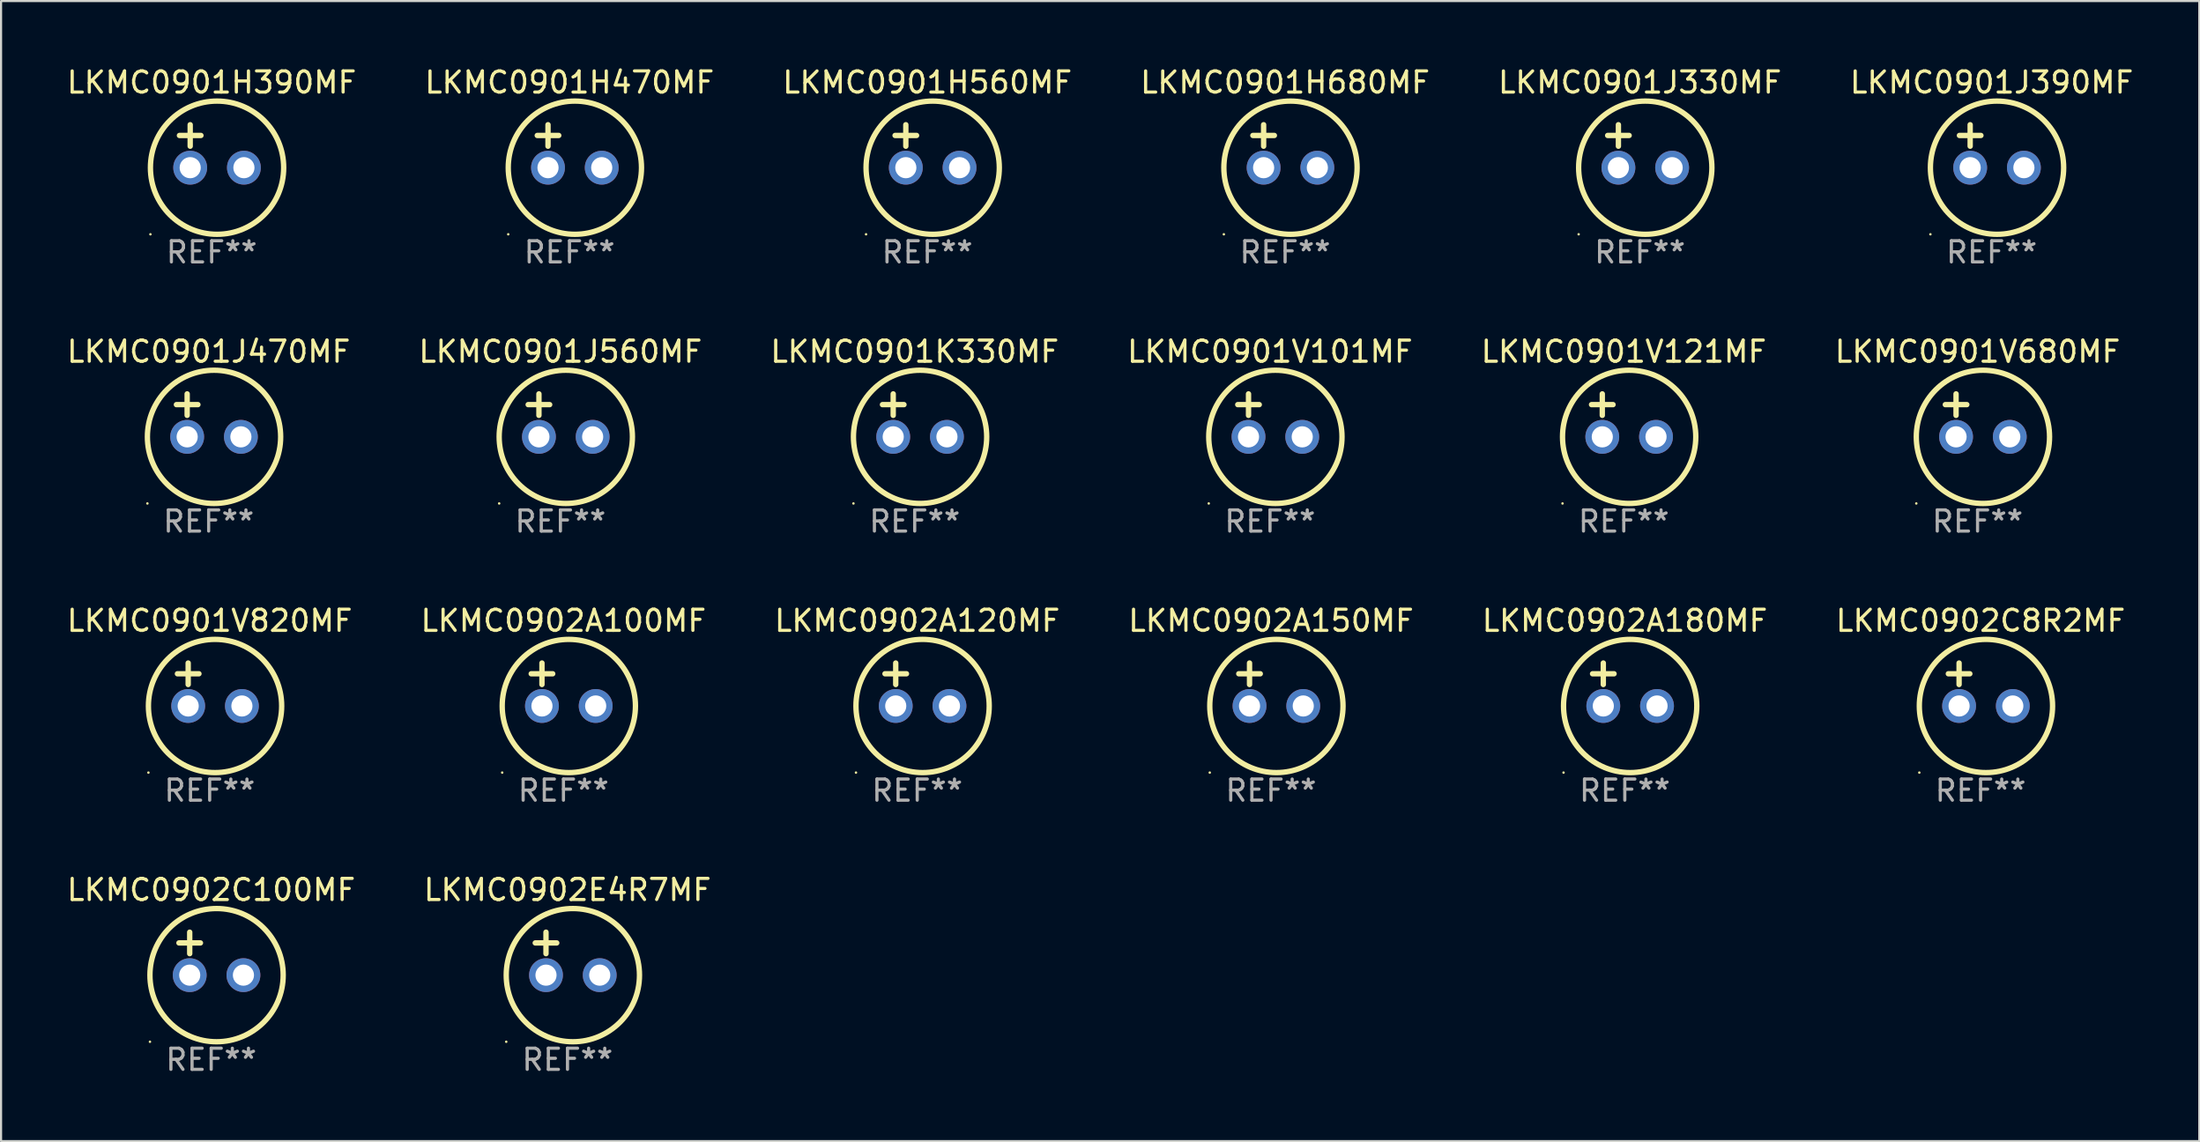
<source format=kicad_pcb>
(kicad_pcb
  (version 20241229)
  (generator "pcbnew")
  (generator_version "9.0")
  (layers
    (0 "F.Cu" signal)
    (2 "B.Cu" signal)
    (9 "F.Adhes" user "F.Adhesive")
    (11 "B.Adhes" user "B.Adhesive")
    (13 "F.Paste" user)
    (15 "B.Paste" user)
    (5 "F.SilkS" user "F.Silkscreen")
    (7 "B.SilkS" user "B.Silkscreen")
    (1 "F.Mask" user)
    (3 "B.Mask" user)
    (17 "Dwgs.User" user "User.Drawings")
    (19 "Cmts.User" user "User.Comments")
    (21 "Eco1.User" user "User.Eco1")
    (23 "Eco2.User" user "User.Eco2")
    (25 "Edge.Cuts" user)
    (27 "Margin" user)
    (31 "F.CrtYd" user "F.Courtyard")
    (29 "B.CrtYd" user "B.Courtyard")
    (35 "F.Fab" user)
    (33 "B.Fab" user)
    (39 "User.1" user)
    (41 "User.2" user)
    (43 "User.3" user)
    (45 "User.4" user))
  (footprint "LKMC0901K330MF"
    (layer "F.Cu")
    (at 40.196 16.593)
    (property "Reference" "LKMC0901K330MF" (at 0 -3.016 0) (layer "F.SilkS") (effects (font (size 1 1) (thickness 0.15))))
    (attr through_hole)
    (fp_line (start -1.524 -0.508) (end -0.508 -0.508) (stroke (width 0.254) (type solid)) (layer "F.SilkS"))
    (fp_line (start -1.016 -1.016) (end -1.016 0) (stroke (width 0.254) (type solid)) (layer "F.SilkS"))
    (fp_circle (center -2.896 4.166) (end -2.866 4.166) (stroke (width 0.06) (type solid)) (fill no) (layer "F.SilkS"))
    (fp_circle (center 0.254 1.016) (end 3.404 1.016) (stroke (width 0.254) (type solid)) (fill no) (layer "F.SilkS"))
    (fp_text user "REF**" (at 0 5.016 0) (layer "F.Fab") (effects (font (size 1 1) (thickness 0.15))))
    (pad "1" thru_hole circle (at -1.016 1.016) (size 1.6 1.6) (drill 1) (layers "*.Cu" "*.Mask"))
    (pad "2" thru_hole circle (at 1.524 1.016) (size 1.6 1.6) (drill 1) (layers "*.Cu" "*.Mask")))
  (footprint "LKMC0901V121MF"
    (layer "F.Cu")
    (at 73.72 16.593)
    (property "Reference" "LKMC0901V121MF" (at 0 -3.016 0) (layer "F.SilkS") (effects (font (size 1 1) (thickness 0.15))))
    (attr through_hole)
    (fp_line (start -1.524 -0.508) (end -0.508 -0.508) (stroke (width 0.254) (type solid)) (layer "F.SilkS"))
    (fp_line (start -1.016 -1.016) (end -1.016 0) (stroke (width 0.254) (type solid)) (layer "F.SilkS"))
    (fp_circle (center -2.896 4.166) (end -2.866 4.166) (stroke (width 0.06) (type solid)) (fill no) (layer "F.SilkS"))
    (fp_circle (center 0.254 1.016) (end 3.404 1.016) (stroke (width 0.254) (type solid)) (fill no) (layer "F.SilkS"))
    (fp_text user "REF**" (at 0 5.016 0) (layer "F.Fab") (effects (font (size 1 1) (thickness 0.15))))
    (pad "1" thru_hole circle (at -1.016 1.016) (size 1.6 1.6) (drill 1) (layers "*.Cu" "*.Mask"))
    (pad "2" thru_hole circle (at 1.524 1.016) (size 1.6 1.6) (drill 1) (layers "*.Cu" "*.Mask")))
  (footprint "LKMC0902A180MF"
    (layer "F.Cu")
    (at 73.768 29.321)
    (property "Reference" "LKMC0902A180MF" (at 0 -3.016 0) (layer "F.SilkS") (effects (font (size 1 1) (thickness 0.15))))
    (attr through_hole)
    (fp_line (start -1.524 -0.508) (end -0.508 -0.508) (stroke (width 0.254) (type solid)) (layer "F.SilkS"))
    (fp_line (start -1.016 -1.016) (end -1.016 0) (stroke (width 0.254) (type solid)) (layer "F.SilkS"))
    (fp_circle (center -2.896 4.166) (end -2.866 4.166) (stroke (width 0.06) (type solid)) (fill no) (layer "F.SilkS"))
    (fp_circle (center 0.254 1.016) (end 3.404 1.016) (stroke (width 0.254) (type solid)) (fill no) (layer "F.SilkS"))
    (fp_text user "REF**" (at 0 5.016 0) (layer "F.Fab") (effects (font (size 1 1) (thickness 0.15))))
    (pad "1" thru_hole circle (at -1.016 1.016) (size 1.6 1.6) (drill 1) (layers "*.Cu" "*.Mask"))
    (pad "2" thru_hole circle (at 1.524 1.016) (size 1.6 1.6) (drill 1) (layers "*.Cu" "*.Mask")))
  (footprint "LKMC0901H470MF"
    (layer "F.Cu")
    (at 23.875 3.864)
    (property "Reference" "LKMC0901H470MF" (at 0 -3.016 0) (layer "F.SilkS") (effects (font (size 1 1) (thickness 0.15))))
    (attr through_hole)
    (fp_line (start -1.524 -0.508) (end -0.508 -0.508) (stroke (width 0.254) (type solid)) (layer "F.SilkS"))
    (fp_line (start -1.016 -1.016) (end -1.016 0) (stroke (width 0.254) (type solid)) (layer "F.SilkS"))
    (fp_circle (center -2.896 4.166) (end -2.866 4.166) (stroke (width 0.06) (type solid)) (fill no) (layer "F.SilkS"))
    (fp_circle (center 0.254 1.016) (end 3.404 1.016) (stroke (width 0.254) (type solid)) (fill no) (layer "F.SilkS"))
    (fp_text user "REF**" (at 0 5.016 0) (layer "F.Fab") (effects (font (size 1 1) (thickness 0.15))))
    (pad "1" thru_hole circle (at -1.016 1.016) (size 1.6 1.6) (drill 1) (layers "*.Cu" "*.Mask"))
    (pad "2" thru_hole circle (at 1.524 1.016) (size 1.6 1.6) (drill 1) (layers "*.Cu" "*.Mask")))
  (footprint "LKMC0901H680MF"
    (layer "F.Cu")
    (at 57.708 3.864)
    (property "Reference" "LKMC0901H680MF" (at 0 -3.016 0) (layer "F.SilkS") (effects (font (size 1 1) (thickness 0.15))))
    (attr through_hole)
    (fp_line (start -1.524 -0.508) (end -0.508 -0.508) (stroke (width 0.254) (type solid)) (layer "F.SilkS"))
    (fp_line (start -1.016 -1.016) (end -1.016 0) (stroke (width 0.254) (type solid)) (layer "F.SilkS"))
    (fp_circle (center -2.896 4.166) (end -2.866 4.166) (stroke (width 0.06) (type solid)) (fill no) (layer "F.SilkS"))
    (fp_circle (center 0.254 1.016) (end 3.404 1.016) (stroke (width 0.254) (type solid)) (fill no) (layer "F.SilkS"))
    (fp_text user "REF**" (at 0 5.016 0) (layer "F.Fab") (effects (font (size 1 1) (thickness 0.15))))
    (pad "1" thru_hole circle (at -1.016 1.016) (size 1.6 1.6) (drill 1) (layers "*.Cu" "*.Mask"))
    (pad "2" thru_hole circle (at 1.524 1.016) (size 1.6 1.6) (drill 1) (layers "*.Cu" "*.Mask")))
  (footprint "LKMC0901V820MF"
    (layer "F.Cu")
    (at 6.863 29.321)
    (property "Reference" "LKMC0901V820MF" (at 0 -3.016 0) (layer "F.SilkS") (effects (font (size 1 1) (thickness 0.15))))
    (attr through_hole)
    (fp_line (start -1.524 -0.508) (end -0.508 -0.508) (stroke (width 0.254) (type solid)) (layer "F.SilkS"))
    (fp_line (start -1.016 -1.016) (end -1.016 0) (stroke (width 0.254) (type solid)) (layer "F.SilkS"))
    (fp_circle (center -2.896 4.166) (end -2.866 4.166) (stroke (width 0.06) (type solid)) (fill no) (layer "F.SilkS"))
    (fp_circle (center 0.254 1.016) (end 3.404 1.016) (stroke (width 0.254) (type solid)) (fill no) (layer "F.SilkS"))
    (fp_text user "REF**" (at 0 5.016 0) (layer "F.Fab") (effects (font (size 1 1) (thickness 0.15))))
    (pad "1" thru_hole circle (at -1.016 1.016) (size 1.6 1.6) (drill 1) (layers "*.Cu" "*.Mask"))
    (pad "2" thru_hole circle (at 1.524 1.016) (size 1.6 1.6) (drill 1) (layers "*.Cu" "*.Mask")))
  (footprint "LKMC0901J390MF"
    (layer "F.Cu")
    (at 91.113 3.864)
    (property "Reference" "LKMC0901J390MF" (at 0 -3.016 0) (layer "F.SilkS") (effects (font (size 1 1) (thickness 0.15))))
    (attr through_hole)
    (fp_line (start -1.524 -0.508) (end -0.508 -0.508) (stroke (width 0.254) (type solid)) (layer "F.SilkS"))
    (fp_line (start -1.016 -1.016) (end -1.016 0) (stroke (width 0.254) (type solid)) (layer "F.SilkS"))
    (fp_circle (center -2.896 4.166) (end -2.866 4.166) (stroke (width 0.06) (type solid)) (fill no) (layer "F.SilkS"))
    (fp_circle (center 0.254 1.016) (end 3.404 1.016) (stroke (width 0.254) (type solid)) (fill no) (layer "F.SilkS"))
    (fp_text user "REF**" (at 0 5.016 0) (layer "F.Fab") (effects (font (size 1 1) (thickness 0.15))))
    (pad "1" thru_hole circle (at -1.016 1.016) (size 1.6 1.6) (drill 1) (layers "*.Cu" "*.Mask"))
    (pad "2" thru_hole circle (at 1.524 1.016) (size 1.6 1.6) (drill 1) (layers "*.Cu" "*.Mask")))
  (footprint "LKMC0901V101MF"
    (layer "F.Cu")
    (at 56.994 16.593)
    (property "Reference" "LKMC0901V101MF" (at 0 -3.016 0) (layer "F.SilkS") (effects (font (size 1 1) (thickness 0.15))))
    (attr through_hole)
    (fp_line (start -1.524 -0.508) (end -0.508 -0.508) (stroke (width 0.254) (type solid)) (layer "F.SilkS"))
    (fp_line (start -1.016 -1.016) (end -1.016 0) (stroke (width 0.254) (type solid)) (layer "F.SilkS"))
    (fp_circle (center -2.896 4.166) (end -2.866 4.166) (stroke (width 0.06) (type solid)) (fill no) (layer "F.SilkS"))
    (fp_circle (center 0.254 1.016) (end 3.404 1.016) (stroke (width 0.254) (type solid)) (fill no) (layer "F.SilkS"))
    (fp_text user "REF**" (at 0 5.016 0) (layer "F.Fab") (effects (font (size 1 1) (thickness 0.15))))
    (pad "1" thru_hole circle (at -1.016 1.016) (size 1.6 1.6) (drill 1) (layers "*.Cu" "*.Mask"))
    (pad "2" thru_hole circle (at 1.524 1.016) (size 1.6 1.6) (drill 1) (layers "*.Cu" "*.Mask")))
  (footprint "LKMC0902A150MF"
    (layer "F.Cu")
    (at 57.042 29.321)
    (property "Reference" "LKMC0902A150MF" (at 0 -3.016 0) (layer "F.SilkS") (effects (font (size 1 1) (thickness 0.15))))
    (attr through_hole)
    (fp_line (start -1.524 -0.508) (end -0.508 -0.508) (stroke (width 0.254) (type solid)) (layer "F.SilkS"))
    (fp_line (start -1.016 -1.016) (end -1.016 0) (stroke (width 0.254) (type solid)) (layer "F.SilkS"))
    (fp_circle (center -2.896 4.166) (end -2.866 4.166) (stroke (width 0.06) (type solid)) (fill no) (layer "F.SilkS"))
    (fp_circle (center 0.254 1.016) (end 3.404 1.016) (stroke (width 0.254) (type solid)) (fill no) (layer "F.SilkS"))
    (fp_text user "REF**" (at 0 5.016 0) (layer "F.Fab") (effects (font (size 1 1) (thickness 0.15))))
    (pad "1" thru_hole circle (at -1.016 1.016) (size 1.6 1.6) (drill 1) (layers "*.Cu" "*.Mask"))
    (pad "2" thru_hole circle (at 1.524 1.016) (size 1.6 1.6) (drill 1) (layers "*.Cu" "*.Mask")))
  (footprint "LKMC0902C100MF"
    (layer "F.Cu")
    (at 6.935 42.05)
    (property "Reference" "LKMC0902C100MF" (at 0 -3.016 0) (layer "F.SilkS") (effects (font (size 1 1) (thickness 0.15))))
    (attr through_hole)
    (fp_line (start -1.524 -0.508) (end -0.508 -0.508) (stroke (width 0.254) (type solid)) (layer "F.SilkS"))
    (fp_line (start -1.016 -1.016) (end -1.016 0) (stroke (width 0.254) (type solid)) (layer "F.SilkS"))
    (fp_circle (center -2.896 4.166) (end -2.866 4.166) (stroke (width 0.06) (type solid)) (fill no) (layer "F.SilkS"))
    (fp_circle (center 0.254 1.016) (end 3.404 1.016) (stroke (width 0.254) (type solid)) (fill no) (layer "F.SilkS"))
    (fp_text user "REF**" (at 0 5.016 0) (layer "F.Fab") (effects (font (size 1 1) (thickness 0.15))))
    (pad "1" thru_hole circle (at -1.016 1.016) (size 1.6 1.6) (drill 1) (layers "*.Cu" "*.Mask"))
    (pad "2" thru_hole circle (at 1.524 1.016) (size 1.6 1.6) (drill 1) (layers "*.Cu" "*.Mask")))
  (footprint "LKMC0901H560MF"
    (layer "F.Cu")
    (at 40.792 3.864)
    (property "Reference" "LKMC0901H560MF" (at 0 -3.016 0) (layer "F.SilkS") (effects (font (size 1 1) (thickness 0.15))))
    (attr through_hole)
    (fp_line (start -1.524 -0.508) (end -0.508 -0.508) (stroke (width 0.254) (type solid)) (layer "F.SilkS"))
    (fp_line (start -1.016 -1.016) (end -1.016 0) (stroke (width 0.254) (type solid)) (layer "F.SilkS"))
    (fp_circle (center -2.896 4.166) (end -2.866 4.166) (stroke (width 0.06) (type solid)) (fill no) (layer "F.SilkS"))
    (fp_circle (center 0.254 1.016) (end 3.404 1.016) (stroke (width 0.254) (type solid)) (fill no) (layer "F.SilkS"))
    (fp_text user "REF**" (at 0 5.016 0) (layer "F.Fab") (effects (font (size 1 1) (thickness 0.15))))
    (pad "1" thru_hole circle (at -1.016 1.016) (size 1.6 1.6) (drill 1) (layers "*.Cu" "*.Mask"))
    (pad "2" thru_hole circle (at 1.524 1.016) (size 1.6 1.6) (drill 1) (layers "*.Cu" "*.Mask")))
  (footprint "LKMC0901J470MF"
    (layer "F.Cu")
    (at 6.815 16.593)
    (property "Reference" "LKMC0901J470MF" (at 0 -3.016 0) (layer "F.SilkS") (effects (font (size 1 1) (thickness 0.15))))
    (attr through_hole)
    (fp_line (start -1.524 -0.508) (end -0.508 -0.508) (stroke (width 0.254) (type solid)) (layer "F.SilkS"))
    (fp_line (start -1.016 -1.016) (end -1.016 0) (stroke (width 0.254) (type solid)) (layer "F.SilkS"))
    (fp_circle (center -2.896 4.166) (end -2.866 4.166) (stroke (width 0.06) (type solid)) (fill no) (layer "F.SilkS"))
    (fp_circle (center 0.254 1.016) (end 3.404 1.016) (stroke (width 0.254) (type solid)) (fill no) (layer "F.SilkS"))
    (fp_text user "REF**" (at 0 5.016 0) (layer "F.Fab") (effects (font (size 1 1) (thickness 0.15))))
    (pad "1" thru_hole circle (at -1.016 1.016) (size 1.6 1.6) (drill 1) (layers "*.Cu" "*.Mask"))
    (pad "2" thru_hole circle (at 1.524 1.016) (size 1.6 1.6) (drill 1) (layers "*.Cu" "*.Mask")))
  (footprint "LKMC0901V680MF"
    (layer "F.Cu")
    (at 90.446 16.593)
    (property "Reference" "LKMC0901V680MF" (at 0 -3.016 0) (layer "F.SilkS") (effects (font (size 1 1) (thickness 0.15))))
    (attr through_hole)
    (fp_line (start -1.524 -0.508) (end -0.508 -0.508) (stroke (width 0.254) (type solid)) (layer "F.SilkS"))
    (fp_line (start -1.016 -1.016) (end -1.016 0) (stroke (width 0.254) (type solid)) (layer "F.SilkS"))
    (fp_circle (center -2.896 4.166) (end -2.866 4.166) (stroke (width 0.06) (type solid)) (fill no) (layer "F.SilkS"))
    (fp_circle (center 0.254 1.016) (end 3.404 1.016) (stroke (width 0.254) (type solid)) (fill no) (layer "F.SilkS"))
    (fp_text user "REF**" (at 0 5.016 0) (layer "F.Fab") (effects (font (size 1 1) (thickness 0.15))))
    (pad "1" thru_hole circle (at -1.016 1.016) (size 1.6 1.6) (drill 1) (layers "*.Cu" "*.Mask"))
    (pad "2" thru_hole circle (at 1.524 1.016) (size 1.6 1.6) (drill 1) (layers "*.Cu" "*.Mask")))
  (footprint "LKMC0902A100MF"
    (layer "F.Cu")
    (at 23.589 29.321)
    (property "Reference" "LKMC0902A100MF" (at 0 -3.016 0) (layer "F.SilkS") (effects (font (size 1 1) (thickness 0.15))))
    (attr through_hole)
    (fp_line (start -1.524 -0.508) (end -0.508 -0.508) (stroke (width 0.254) (type solid)) (layer "F.SilkS"))
    (fp_line (start -1.016 -1.016) (end -1.016 0) (stroke (width 0.254) (type solid)) (layer "F.SilkS"))
    (fp_circle (center -2.896 4.166) (end -2.866 4.166) (stroke (width 0.06) (type solid)) (fill no) (layer "F.SilkS"))
    (fp_circle (center 0.254 1.016) (end 3.404 1.016) (stroke (width 0.254) (type solid)) (fill no) (layer "F.SilkS"))
    (fp_text user "REF**" (at 0 5.016 0) (layer "F.Fab") (effects (font (size 1 1) (thickness 0.15))))
    (pad "1" thru_hole circle (at -1.016 1.016) (size 1.6 1.6) (drill 1) (layers "*.Cu" "*.Mask"))
    (pad "2" thru_hole circle (at 1.524 1.016) (size 1.6 1.6) (drill 1) (layers "*.Cu" "*.Mask")))
  (footprint "LKMC0901H390MF"
    (layer "F.Cu")
    (at 6.958 3.864)
    (property "Reference" "LKMC0901H390MF" (at 0 -3.016 0) (layer "F.SilkS") (effects (font (size 1 1) (thickness 0.15))))
    (attr through_hole)
    (fp_line (start -1.524 -0.508) (end -0.508 -0.508) (stroke (width 0.254) (type solid)) (layer "F.SilkS"))
    (fp_line (start -1.016 -1.016) (end -1.016 0) (stroke (width 0.254) (type solid)) (layer "F.SilkS"))
    (fp_circle (center -2.896 4.166) (end -2.866 4.166) (stroke (width 0.06) (type solid)) (fill no) (layer "F.SilkS"))
    (fp_circle (center 0.254 1.016) (end 3.404 1.016) (stroke (width 0.254) (type solid)) (fill no) (layer "F.SilkS"))
    (fp_text user "REF**" (at 0 5.016 0) (layer "F.Fab") (effects (font (size 1 1) (thickness 0.15))))
    (pad "1" thru_hole circle (at -1.016 1.016) (size 1.6 1.6) (drill 1) (layers "*.Cu" "*.Mask"))
    (pad "2" thru_hole circle (at 1.524 1.016) (size 1.6 1.6) (drill 1) (layers "*.Cu" "*.Mask")))
  (footprint "LKMC0902C8R2MF"
    (layer "F.Cu")
    (at 90.589 29.321)
    (property "Reference" "LKMC0902C8R2MF" (at 0 -3.016 0) (layer "F.SilkS") (effects (font (size 1 1) (thickness 0.15))))
    (attr through_hole)
    (fp_line (start -1.524 -0.508) (end -0.508 -0.508) (stroke (width 0.254) (type solid)) (layer "F.SilkS"))
    (fp_line (start -1.016 -1.016) (end -1.016 0) (stroke (width 0.254) (type solid)) (layer "F.SilkS"))
    (fp_circle (center -2.896 4.166) (end -2.866 4.166) (stroke (width 0.06) (type solid)) (fill no) (layer "F.SilkS"))
    (fp_circle (center 0.254 1.016) (end 3.404 1.016) (stroke (width 0.254) (type solid)) (fill no) (layer "F.SilkS"))
    (fp_text user "REF**" (at 0 5.016 0) (layer "F.Fab") (effects (font (size 1 1) (thickness 0.15))))
    (pad "1" thru_hole circle (at -1.016 1.016) (size 1.6 1.6) (drill 1) (layers "*.Cu" "*.Mask"))
    (pad "2" thru_hole circle (at 1.524 1.016) (size 1.6 1.6) (drill 1) (layers "*.Cu" "*.Mask")))
  (footprint "LKMC0902E4R7MF"
    (layer "F.Cu")
    (at 23.78 42.05)
    (property "Reference" "LKMC0902E4R7MF" (at 0 -3.016 0) (layer "F.SilkS") (effects (font (size 1 1) (thickness 0.15))))
    (attr through_hole)
    (fp_line (start -1.524 -0.508) (end -0.508 -0.508) (stroke (width 0.254) (type solid)) (layer "F.SilkS"))
    (fp_line (start -1.016 -1.016) (end -1.016 0) (stroke (width 0.254) (type solid)) (layer "F.SilkS"))
    (fp_circle (center -2.896 4.166) (end -2.866 4.166) (stroke (width 0.06) (type solid)) (fill no) (layer "F.SilkS"))
    (fp_circle (center 0.254 1.016) (end 3.404 1.016) (stroke (width 0.254) (type solid)) (fill no) (layer "F.SilkS"))
    (fp_text user "REF**" (at 0 5.016 0) (layer "F.Fab") (effects (font (size 1 1) (thickness 0.15))))
    (pad "1" thru_hole circle (at -1.016 1.016) (size 1.6 1.6) (drill 1) (layers "*.Cu" "*.Mask"))
    (pad "2" thru_hole circle (at 1.524 1.016) (size 1.6 1.6) (drill 1) (layers "*.Cu" "*.Mask")))
  (footprint "LKMC0901J560MF"
    (layer "F.Cu")
    (at 23.446 16.593)
    (property "Reference" "LKMC0901J560MF" (at 0 -3.016 0) (layer "F.SilkS") (effects (font (size 1 1) (thickness 0.15))))
    (attr through_hole)
    (fp_line (start -1.524 -0.508) (end -0.508 -0.508) (stroke (width 0.254) (type solid)) (layer "F.SilkS"))
    (fp_line (start -1.016 -1.016) (end -1.016 0) (stroke (width 0.254) (type solid)) (layer "F.SilkS"))
    (fp_circle (center -2.896 4.166) (end -2.866 4.166) (stroke (width 0.06) (type solid)) (fill no) (layer "F.SilkS"))
    (fp_circle (center 0.254 1.016) (end 3.404 1.016) (stroke (width 0.254) (type solid)) (fill no) (layer "F.SilkS"))
    (fp_text user "REF**" (at 0 5.016 0) (layer "F.Fab") (effects (font (size 1 1) (thickness 0.15))))
    (pad "1" thru_hole circle (at -1.016 1.016) (size 1.6 1.6) (drill 1) (layers "*.Cu" "*.Mask"))
    (pad "2" thru_hole circle (at 1.524 1.016) (size 1.6 1.6) (drill 1) (layers "*.Cu" "*.Mask")))
  (footprint "LKMC0901J330MF"
    (layer "F.Cu")
    (at 74.482 3.864)
    (property "Reference" "LKMC0901J330MF" (at 0 -3.016 0) (layer "F.SilkS") (effects (font (size 1 1) (thickness 0.15))))
    (attr through_hole)
    (fp_line (start -1.524 -0.508) (end -0.508 -0.508) (stroke (width 0.254) (type solid)) (layer "F.SilkS"))
    (fp_line (start -1.016 -1.016) (end -1.016 0) (stroke (width 0.254) (type solid)) (layer "F.SilkS"))
    (fp_circle (center -2.896 4.166) (end -2.866 4.166) (stroke (width 0.06) (type solid)) (fill no) (layer "F.SilkS"))
    (fp_circle (center 0.254 1.016) (end 3.404 1.016) (stroke (width 0.254) (type solid)) (fill no) (layer "F.SilkS"))
    (fp_text user "REF**" (at 0 5.016 0) (layer "F.Fab") (effects (font (size 1 1) (thickness 0.15))))
    (pad "1" thru_hole circle (at -1.016 1.016) (size 1.6 1.6) (drill 1) (layers "*.Cu" "*.Mask"))
    (pad "2" thru_hole circle (at 1.524 1.016) (size 1.6 1.6) (drill 1) (layers "*.Cu" "*.Mask")))
  (footprint "LKMC0902A120MF"
    (layer "F.Cu")
    (at 40.315 29.321)
    (property "Reference" "LKMC0902A120MF" (at 0 -3.016 0) (layer "F.SilkS") (effects (font (size 1 1) (thickness 0.15))))
    (attr through_hole)
    (fp_line (start -1.524 -0.508) (end -0.508 -0.508) (stroke (width 0.254) (type solid)) (layer "F.SilkS"))
    (fp_line (start -1.016 -1.016) (end -1.016 0) (stroke (width 0.254) (type solid)) (layer "F.SilkS"))
    (fp_circle (center -2.896 4.166) (end -2.866 4.166) (stroke (width 0.06) (type solid)) (fill no) (layer "F.SilkS"))
    (fp_circle (center 0.254 1.016) (end 3.404 1.016) (stroke (width 0.254) (type solid)) (fill no) (layer "F.SilkS"))
    (fp_text user "REF**" (at 0 5.016 0) (layer "F.Fab") (effects (font (size 1 1) (thickness 0.15))))
    (pad "1" thru_hole circle (at -1.016 1.016) (size 1.6 1.6) (drill 1) (layers "*.Cu" "*.Mask"))
    (pad "2" thru_hole circle (at 1.524 1.016) (size 1.6 1.6) (drill 1) (layers "*.Cu" "*.Mask")))
  (gr_rect
    (start -3 -3)
    (end 100.929 50.914)
    (stroke (width 0.1) (type default))
    (fill no)
    (layer "Edge.Cuts")))
</source>
